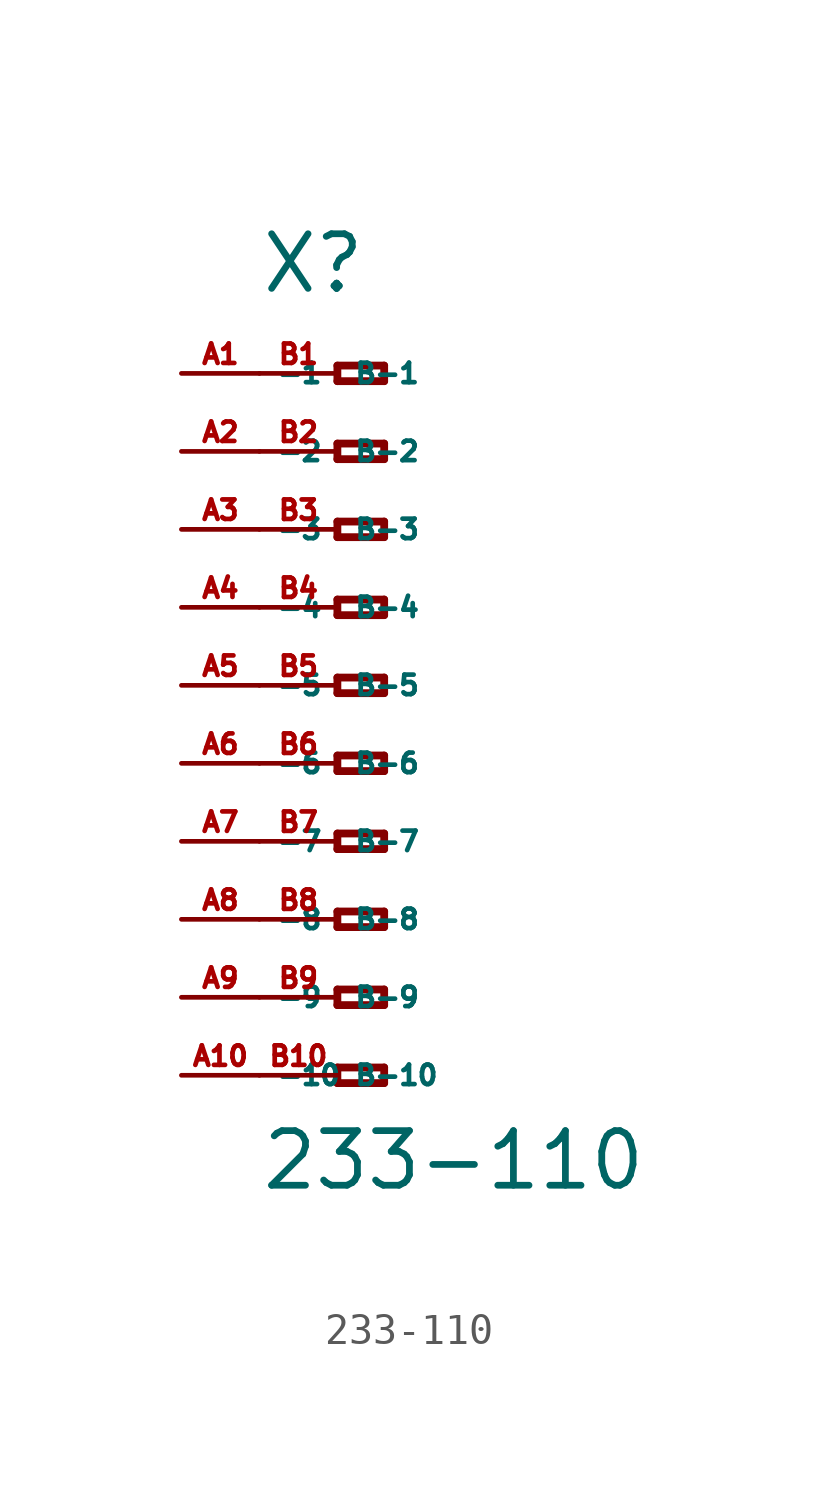
<source format=kicad_sym>
(kicad_symbol_lib
  (version 20220914)
  (generator Eagle2Kicad)
  (symbol "233-110"
    (property "Reference" "X"
      (at -5.08 12.7 0)
      (effects (font (size 1.778 1.778) (thickness 0.22)) (justify left bottom)))
    (property "Value" "233-110"
      (at -5.08 -16.51 0)
      (effects (font (size 1.778 1.778) (thickness 0.22)) (justify left bottom)))
    (polyline
      (pts (xy -2.54 10.414) (xy -2.54 9.906))
      (stroke (width 0.254) (type default))
      (fill (type none)))
    (polyline
      (pts (xy -2.54 9.906) (xy -1.016 9.906))
      (stroke (width 0.254) (type default))
      (fill (type none)))
    (polyline
      (pts (xy -1.016 9.906) (xy -1.016 10.414))
      (stroke (width 0.254) (type default))
      (fill (type none)))
    (polyline
      (pts (xy -1.016 10.414) (xy -2.54 10.414))
      (stroke (width 0.254) (type default))
      (fill (type none)))
    (polyline
      (pts (xy -2.54 7.874) (xy -2.54 7.366))
      (stroke (width 0.254) (type default))
      (fill (type none)))
    (polyline
      (pts (xy -2.54 7.366) (xy -1.016 7.366))
      (stroke (width 0.254) (type default))
      (fill (type none)))
    (polyline
      (pts (xy -1.016 7.366) (xy -1.016 7.874))
      (stroke (width 0.254) (type default))
      (fill (type none)))
    (polyline
      (pts (xy -1.016 7.874) (xy -2.54 7.874))
      (stroke (width 0.254) (type default))
      (fill (type none)))
    (polyline
      (pts (xy -2.54 5.334) (xy -2.54 4.826))
      (stroke (width 0.254) (type default))
      (fill (type none)))
    (polyline
      (pts (xy -2.54 4.826) (xy -1.016 4.826))
      (stroke (width 0.254) (type default))
      (fill (type none)))
    (polyline
      (pts (xy -1.016 4.826) (xy -1.016 5.334))
      (stroke (width 0.254) (type default))
      (fill (type none)))
    (polyline
      (pts (xy -1.016 5.334) (xy -2.54 5.334))
      (stroke (width 0.254) (type default))
      (fill (type none)))
    (polyline
      (pts (xy -2.54 2.794) (xy -2.54 2.286))
      (stroke (width 0.254) (type default))
      (fill (type none)))
    (polyline
      (pts (xy -2.54 2.286) (xy -1.016 2.286))
      (stroke (width 0.254) (type default))
      (fill (type none)))
    (polyline
      (pts (xy -1.016 2.286) (xy -1.016 2.794))
      (stroke (width 0.254) (type default))
      (fill (type none)))
    (polyline
      (pts (xy -1.016 2.794) (xy -2.54 2.794))
      (stroke (width 0.254) (type default))
      (fill (type none)))
    (polyline
      (pts (xy -2.54 0.254) (xy -2.54 -0.254))
      (stroke (width 0.254) (type default))
      (fill (type none)))
    (polyline
      (pts (xy -2.54 -0.254) (xy -1.016 -0.254))
      (stroke (width 0.254) (type default))
      (fill (type none)))
    (polyline
      (pts (xy -1.016 -0.254) (xy -1.016 0.254))
      (stroke (width 0.254) (type default))
      (fill (type none)))
    (polyline
      (pts (xy -1.016 0.254) (xy -2.54 0.254))
      (stroke (width 0.254) (type default))
      (fill (type none)))
    (polyline
      (pts (xy -2.54 -2.286) (xy -2.54 -2.794))
      (stroke (width 0.254) (type default))
      (fill (type none)))
    (polyline
      (pts (xy -2.54 -2.794) (xy -1.016 -2.794))
      (stroke (width 0.254) (type default))
      (fill (type none)))
    (polyline
      (pts (xy -1.016 -2.794) (xy -1.016 -2.286))
      (stroke (width 0.254) (type default))
      (fill (type none)))
    (polyline
      (pts (xy -1.016 -2.286) (xy -2.54 -2.286))
      (stroke (width 0.254) (type default))
      (fill (type none)))
    (polyline
      (pts (xy -2.54 -4.826) (xy -2.54 -5.334))
      (stroke (width 0.254) (type default))
      (fill (type none)))
    (polyline
      (pts (xy -2.54 -5.334) (xy -1.016 -5.334))
      (stroke (width 0.254) (type default))
      (fill (type none)))
    (polyline
      (pts (xy -1.016 -5.334) (xy -1.016 -4.826))
      (stroke (width 0.254) (type default))
      (fill (type none)))
    (polyline
      (pts (xy -1.016 -4.826) (xy -2.54 -4.826))
      (stroke (width 0.254) (type default))
      (fill (type none)))
    (polyline
      (pts (xy -2.54 -7.366) (xy -2.54 -7.874))
      (stroke (width 0.254) (type default))
      (fill (type none)))
    (polyline
      (pts (xy -2.54 -7.874) (xy -1.016 -7.874))
      (stroke (width 0.254) (type default))
      (fill (type none)))
    (polyline
      (pts (xy -1.016 -7.874) (xy -1.016 -7.366))
      (stroke (width 0.254) (type default))
      (fill (type none)))
    (polyline
      (pts (xy -1.016 -7.366) (xy -2.54 -7.366))
      (stroke (width 0.254) (type default))
      (fill (type none)))
    (polyline
      (pts (xy -2.54 -9.906) (xy -2.54 -10.414))
      (stroke (width 0.254) (type default))
      (fill (type none)))
    (polyline
      (pts (xy -2.54 -10.414) (xy -1.016 -10.414))
      (stroke (width 0.254) (type default))
      (fill (type none)))
    (polyline
      (pts (xy -1.016 -10.414) (xy -1.016 -9.906))
      (stroke (width 0.254) (type default))
      (fill (type none)))
    (polyline
      (pts (xy -1.016 -9.906) (xy -2.54 -9.906))
      (stroke (width 0.254) (type default))
      (fill (type none)))
    (polyline
      (pts (xy -2.54 -12.446) (xy -2.54 -12.954))
      (stroke (width 0.254) (type default))
      (fill (type none)))
    (polyline
      (pts (xy -2.54 -12.954) (xy -1.016 -12.954))
      (stroke (width 0.254) (type default))
      (fill (type none)))
    (polyline
      (pts (xy -1.016 -12.954) (xy -1.016 -12.446))
      (stroke (width 0.254) (type default))
      (fill (type none)))
    (polyline
      (pts (xy -1.016 -12.446) (xy -2.54 -12.446))
      (stroke (width 0.254) (type default))
      (fill (type none)))
    (pin passive line
      (at -7.62 10.16 0)
      (length 2.54)
      (name "-1" (effects (font (size 0.635 0.635) (thickness 0.08)) (justify left bottom)))
      (number "A1" (effects (font (size 0.635 0.635) (thickness 0.08)) (justify left bottom))))
    (pin passive line
      (at -7.62 7.62 0)
      (length 2.54)
      (name "-2" (effects (font (size 0.635 0.635) (thickness 0.08)) (justify left bottom)))
      (number "A2" (effects (font (size 0.635 0.635) (thickness 0.08)) (justify left bottom))))
    (pin passive line
      (at -7.62 5.08 0)
      (length 2.54)
      (name "-3" (effects (font (size 0.635 0.635) (thickness 0.08)) (justify left bottom)))
      (number "A3" (effects (font (size 0.635 0.635) (thickness 0.08)) (justify left bottom))))
    (pin passive line
      (at -7.62 2.54 0)
      (length 2.54)
      (name "-4" (effects (font (size 0.635 0.635) (thickness 0.08)) (justify left bottom)))
      (number "A4" (effects (font (size 0.635 0.635) (thickness 0.08)) (justify left bottom))))
    (pin passive line
      (at -7.62 0 0)
      (length 2.54)
      (name "-5" (effects (font (size 0.635 0.635) (thickness 0.08)) (justify left bottom)))
      (number "A5" (effects (font (size 0.635 0.635) (thickness 0.08)) (justify left bottom))))
    (pin passive line
      (at -7.62 -2.54 0)
      (length 2.54)
      (name "-6" (effects (font (size 0.635 0.635) (thickness 0.08)) (justify left bottom)))
      (number "A6" (effects (font (size 0.635 0.635) (thickness 0.08)) (justify left bottom))))
    (pin passive line
      (at -7.62 -5.08 0)
      (length 2.54)
      (name "-7" (effects (font (size 0.635 0.635) (thickness 0.08)) (justify left bottom)))
      (number "A7" (effects (font (size 0.635 0.635) (thickness 0.08)) (justify left bottom))))
    (pin passive line
      (at -7.62 -7.62 0)
      (length 2.54)
      (name "-8" (effects (font (size 0.635 0.635) (thickness 0.08)) (justify left bottom)))
      (number "A8" (effects (font (size 0.635 0.635) (thickness 0.08)) (justify left bottom))))
    (pin passive line
      (at -7.62 -10.16 0)
      (length 2.54)
      (name "-9" (effects (font (size 0.635 0.635) (thickness 0.08)) (justify left bottom)))
      (number "A9" (effects (font (size 0.635 0.635) (thickness 0.08)) (justify left bottom))))
    (pin passive line
      (at -7.62 -12.7 0)
      (length 2.54)
      (name "-10" (effects (font (size 0.635 0.635) (thickness 0.08)) (justify left bottom)))
      (number "A10" (effects (font (size 0.635 0.635) (thickness 0.08)) (justify left bottom))))
    (pin passive line
      (at -5.08 -12.7 0)
      (length 2.54)
      (name "B-10" (effects (font (size 0.635 0.635) (thickness 0.08)) (justify left bottom)))
      (number "B10" (effects (font (size 0.635 0.635) (thickness 0.08)) (justify left bottom))))
    (pin passive line
      (at -5.08 10.16 0)
      (length 2.54)
      (name "B-1" (effects (font (size 0.635 0.635) (thickness 0.08)) (justify left bottom)))
      (number "B1" (effects (font (size 0.635 0.635) (thickness 0.08)) (justify left bottom))))
    (pin passive line
      (at -5.08 7.62 0)
      (length 2.54)
      (name "B-2" (effects (font (size 0.635 0.635) (thickness 0.08)) (justify left bottom)))
      (number "B2" (effects (font (size 0.635 0.635) (thickness 0.08)) (justify left bottom))))
    (pin passive line
      (at -5.08 5.08 0)
      (length 2.54)
      (name "B-3" (effects (font (size 0.635 0.635) (thickness 0.08)) (justify left bottom)))
      (number "B3" (effects (font (size 0.635 0.635) (thickness 0.08)) (justify left bottom))))
    (pin passive line
      (at -5.08 2.54 0)
      (length 2.54)
      (name "B-4" (effects (font (size 0.635 0.635) (thickness 0.08)) (justify left bottom)))
      (number "B4" (effects (font (size 0.635 0.635) (thickness 0.08)) (justify left bottom))))
    (pin passive line
      (at -5.08 0 0)
      (length 2.54)
      (name "B-5" (effects (font (size 0.635 0.635) (thickness 0.08)) (justify left bottom)))
      (number "B5" (effects (font (size 0.635 0.635) (thickness 0.08)) (justify left bottom))))
    (pin passive line
      (at -5.08 -2.54 0)
      (length 2.54)
      (name "B-6" (effects (font (size 0.635 0.635) (thickness 0.08)) (justify left bottom)))
      (number "B6" (effects (font (size 0.635 0.635) (thickness 0.08)) (justify left bottom))))
    (pin passive line
      (at -5.08 -5.08 0)
      (length 2.54)
      (name "B-7" (effects (font (size 0.635 0.635) (thickness 0.08)) (justify left bottom)))
      (number "B7" (effects (font (size 0.635 0.635) (thickness 0.08)) (justify left bottom))))
    (pin passive line
      (at -5.08 -7.62 0)
      (length 2.54)
      (name "B-8" (effects (font (size 0.635 0.635) (thickness 0.08)) (justify left bottom)))
      (number "B8" (effects (font (size 0.635 0.635) (thickness 0.08)) (justify left bottom))))
    (pin passive line
      (at -5.08 -10.16 0)
      (length 2.54)
      (name "B-9" (effects (font (size 0.635 0.635) (thickness 0.08)) (justify left bottom)))
      (number "B9" (effects (font (size 0.635 0.635) (thickness 0.08)) (justify left bottom))))))
</source>
